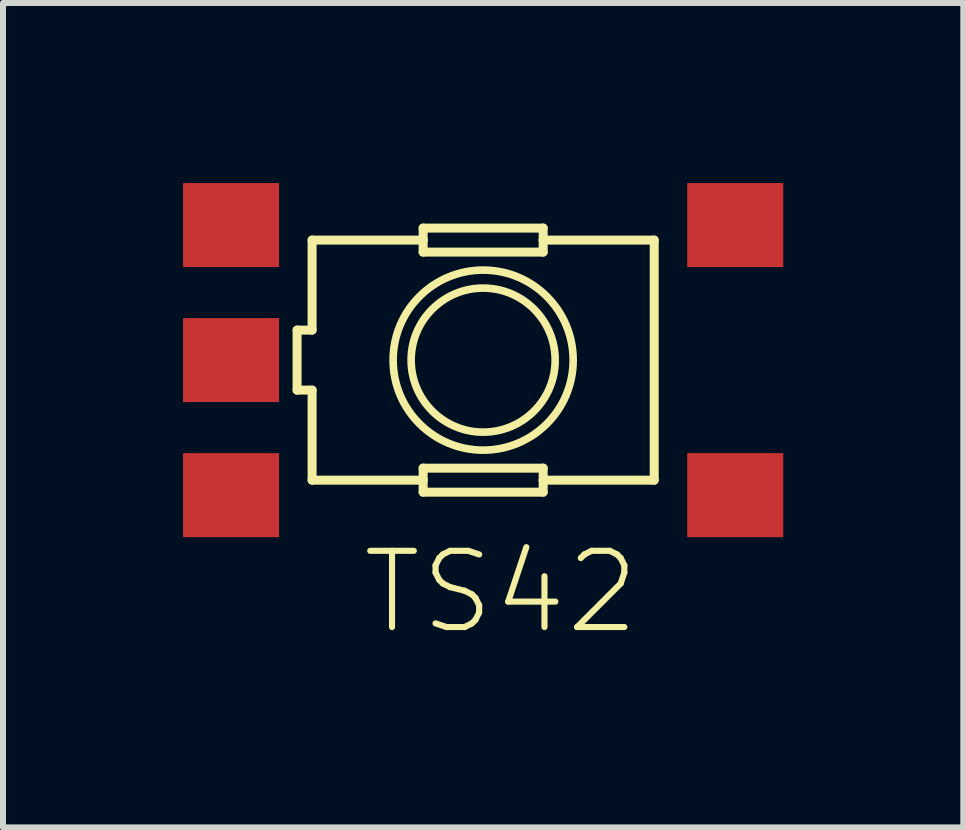
<source format=kicad_pcb>
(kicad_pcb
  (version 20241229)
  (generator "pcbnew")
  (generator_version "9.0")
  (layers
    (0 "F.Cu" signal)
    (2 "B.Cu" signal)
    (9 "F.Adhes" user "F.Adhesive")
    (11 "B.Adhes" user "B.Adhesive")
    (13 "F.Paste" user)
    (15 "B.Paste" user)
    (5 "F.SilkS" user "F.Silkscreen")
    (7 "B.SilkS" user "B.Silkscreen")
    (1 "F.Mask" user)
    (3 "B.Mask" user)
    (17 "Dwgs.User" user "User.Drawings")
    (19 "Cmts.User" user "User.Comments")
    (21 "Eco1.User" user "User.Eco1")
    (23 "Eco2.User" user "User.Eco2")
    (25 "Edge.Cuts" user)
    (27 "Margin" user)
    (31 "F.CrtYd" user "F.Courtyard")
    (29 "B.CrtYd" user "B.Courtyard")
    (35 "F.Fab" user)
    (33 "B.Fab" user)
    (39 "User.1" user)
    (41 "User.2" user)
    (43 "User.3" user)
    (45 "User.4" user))
  (footprint "TS42"
    (layer "F.Cu")
    (at 5 2.95)
    (property "Reference" "TS42" (at 0.296 3.865 0) (layer "F.SilkS") (effects (font (size 1.27 1.27) (thickness 0.102))))
    (attr through_hole)
    (fp_line (start -3.1 -0.5) (end -3.1 0.5) (stroke (width 0.15) (type solid)) (layer "F.SilkS"))
    (fp_line (start -3.1 0.5) (end -2.85 0.5) (stroke (width 0.15) (type solid)) (layer "F.SilkS"))
    (fp_line (start -2.85 -2) (end -2.85 -0.5) (stroke (width 0.15) (type solid)) (layer "F.SilkS"))
    (fp_line (start -2.85 -2) (end -1 -2) (stroke (width 0.15) (type solid)) (layer "F.SilkS"))
    (fp_line (start -2.85 -0.5) (end -3.1 -0.5) (stroke (width 0.15) (type solid)) (layer "F.SilkS"))
    (fp_line (start -2.85 0.5) (end -2.85 2) (stroke (width 0.15) (type solid)) (layer "F.SilkS"))
    (fp_line (start -1 -2.2) (end -1 -2) (stroke (width 0.15) (type solid)) (layer "F.SilkS"))
    (fp_line (start -1 -2) (end -1 -1.8) (stroke (width 0.15) (type solid)) (layer "F.SilkS"))
    (fp_line (start -1 -1.8) (end 1 -1.8) (stroke (width 0.15) (type solid)) (layer "F.SilkS"))
    (fp_line (start -1 1.8) (end -1 2) (stroke (width 0.15) (type solid)) (layer "F.SilkS"))
    (fp_line (start -1 2) (end -2.85 2) (stroke (width 0.15) (type solid)) (layer "F.SilkS"))
    (fp_line (start -1 2) (end -1 2.2) (stroke (width 0.15) (type solid)) (layer "F.SilkS"))
    (fp_line (start -1 2.2) (end 1 2.2) (stroke (width 0.15) (type solid)) (layer "F.SilkS"))
    (fp_line (start 1 -2.2) (end -1 -2.2) (stroke (width 0.15) (type solid)) (layer "F.SilkS"))
    (fp_line (start 1 -2) (end 1 -2.2) (stroke (width 0.15) (type solid)) (layer "F.SilkS"))
    (fp_line (start 1 -2) (end 2.85 -2) (stroke (width 0.15) (type solid)) (layer "F.SilkS"))
    (fp_line (start 1 -1.8) (end 1 -2) (stroke (width 0.15) (type solid)) (layer "F.SilkS"))
    (fp_line (start 1 1.8) (end -1 1.8) (stroke (width 0.15) (type solid)) (layer "F.SilkS"))
    (fp_line (start 1 2) (end 1 1.8) (stroke (width 0.15) (type solid)) (layer "F.SilkS"))
    (fp_line (start 1 2) (end 2.85 2) (stroke (width 0.15) (type solid)) (layer "F.SilkS"))
    (fp_line (start 1 2.2) (end 1 2) (stroke (width 0.15) (type solid)) (layer "F.SilkS"))
    (fp_line (start 2.85 2) (end 2.85 -2) (stroke (width 0.15) (type solid)) (layer "F.SilkS"))
    (fp_circle (center 0 0) (end 1.2 0) (stroke (width 0.127) (type solid)) (fill no) (layer "F.SilkS"))
    (fp_circle (center 0 0) (end 1.5 0) (stroke (width 0.127) (type solid)) (fill no) (layer "F.SilkS"))
    (fp_poly (pts (xy -4.699 -0.381) (xy -3.81 -0.381) (xy -3.81 0.381) (xy -4.699 0.381)) (stroke (width 0) (type solid)) (fill yes) (layer "F.Paste"))
    (pad "1" smd rect (at -4.2 -2.25) (size 1.6 1.4) (layers "F.Cu" "F.Mask" "F.Paste"))
    (pad "2" smd rect (at 4.2 -2.25) (size 1.6 1.4) (layers "F.Cu" "F.Mask" "F.Paste"))
    (pad "3" smd rect (at -4.2 2.25) (size 1.6 1.4) (layers "F.Cu" "F.Mask" "F.Paste"))
    (pad "4" smd rect (at 4.2 2.25) (size 1.6 1.4) (layers "F.Cu" "F.Mask" "F.Paste"))
    (pad "5" smd rect (at -4.2 0) (size 1.6 1.4) (layers "F.Cu" "F.Mask")))
  (gr_rect
    (start -3 -3)
    (end 13 10.736)
    (stroke (width 0.1) (type default))
    (fill no)
    (layer "Edge.Cuts")))
</source>
